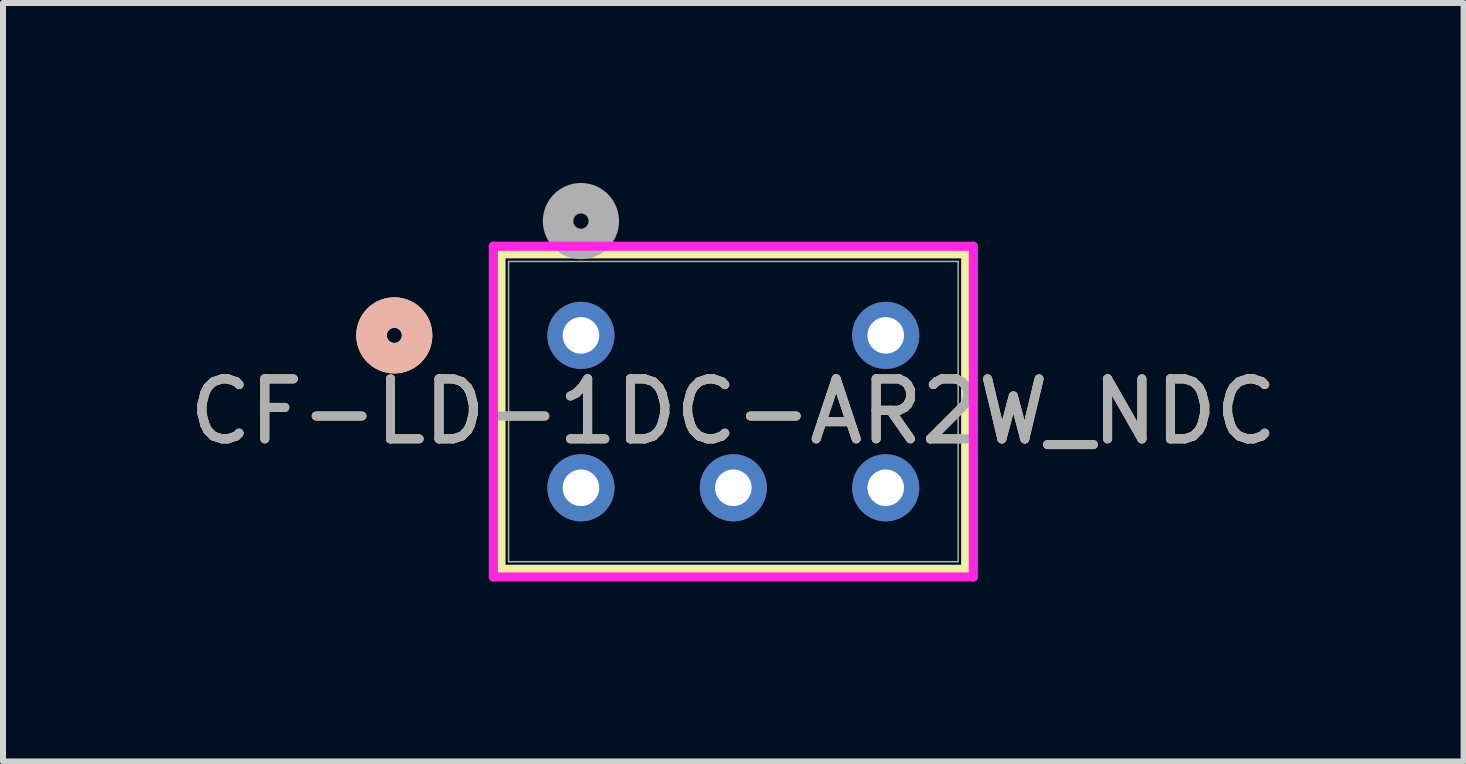
<source format=kicad_pcb>
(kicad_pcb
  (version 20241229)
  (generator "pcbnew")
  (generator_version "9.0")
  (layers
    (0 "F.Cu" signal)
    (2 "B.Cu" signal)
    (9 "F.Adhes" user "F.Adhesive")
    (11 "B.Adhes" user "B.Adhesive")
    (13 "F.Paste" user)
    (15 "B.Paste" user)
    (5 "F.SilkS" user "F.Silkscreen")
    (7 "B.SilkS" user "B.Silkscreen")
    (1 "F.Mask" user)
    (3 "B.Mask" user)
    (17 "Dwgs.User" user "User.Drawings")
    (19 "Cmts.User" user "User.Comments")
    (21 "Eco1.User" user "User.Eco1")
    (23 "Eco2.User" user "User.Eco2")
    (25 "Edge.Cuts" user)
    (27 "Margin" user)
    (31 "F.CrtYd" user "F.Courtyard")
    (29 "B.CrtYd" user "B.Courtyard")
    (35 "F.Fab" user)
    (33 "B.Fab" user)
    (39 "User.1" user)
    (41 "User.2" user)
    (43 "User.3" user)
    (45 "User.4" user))
  (footprint "CF-LD-1DC-AR2W_NDC"
    (layer "F.Cu")
    (at 6.633 2.54)
    (property "Reference" "CF-LD-1DC-AR2W_NDC" (at 2.54 1.27 0) (unlocked yes) (layer "F.SilkS") (effects (font (size 1 1) (thickness 0.15))))
    (attr through_hole)
    (fp_line (start -1.333 -1.359) (end -1.333 3.899) (stroke (width 0.152) (type solid)) (layer "F.SilkS"))
    (fp_line (start -1.333 3.899) (end 6.413 3.899) (stroke (width 0.152) (type solid)) (layer "F.SilkS"))
    (fp_line (start 6.413 -1.359) (end -1.333 -1.359) (stroke (width 0.152) (type solid)) (layer "F.SilkS"))
    (fp_line (start 6.413 3.899) (end 6.413 -1.359) (stroke (width 0.152) (type solid)) (layer "F.SilkS"))
    (fp_circle (center -3.111 0) (end -2.731 0) (stroke (width 0.508) (type solid)) (fill no) (layer "F.SilkS"))
    (fp_circle (center -3.111 0) (end -2.731 0) (stroke (width 0.508) (type solid)) (fill no) (layer "B.SilkS"))
    (fp_line (start -1.46 -1.486) (end -1.46 4.026) (stroke (width 0.152) (type solid)) (layer "F.CrtYd"))
    (fp_line (start -1.46 4.026) (end 6.54 4.026) (stroke (width 0.152) (type solid)) (layer "F.CrtYd"))
    (fp_line (start 6.54 -1.486) (end -1.46 -1.486) (stroke (width 0.152) (type solid)) (layer "F.CrtYd"))
    (fp_line (start 6.54 4.026) (end 6.54 -1.486) (stroke (width 0.152) (type solid)) (layer "F.CrtYd"))
    (fp_line (start -1.206 -1.232) (end -1.206 3.772) (stroke (width 0.025) (type solid)) (layer "F.Fab"))
    (fp_line (start -1.206 3.772) (end 6.287 3.772) (stroke (width 0.025) (type solid)) (layer "F.Fab"))
    (fp_line (start 6.287 -1.232) (end -1.206 -1.232) (stroke (width 0.025) (type solid)) (layer "F.Fab"))
    (fp_line (start 6.287 3.772) (end 6.287 -1.232) (stroke (width 0.025) (type solid)) (layer "F.Fab"))
    (fp_circle (center 0 -1.905) (end 0.381 -1.905) (stroke (width 0.508) (type solid)) (fill no) (layer "F.Fab"))
    (fp_text user "${REFERENCE}" (at 2.54 1.27 0) (unlocked yes) (layer "F.Fab") (effects (font (size 1 1) (thickness 0.15))))
    (pad "1" thru_hole circle (at 0 0) (size 1.118 1.118) (drill 0.61) (layers "*.Cu" "*.Mask"))
    (pad "3" thru_hole circle (at 5.08 0) (size 1.118 1.118) (drill 0.61) (layers "*.Cu" "*.Mask"))
    (pad "4" thru_hole circle (at 0 2.54) (size 1.118 1.118) (drill 0.61) (layers "*.Cu" "*.Mask"))
    (pad "5" thru_hole circle (at 2.54 2.54) (size 1.118 1.118) (drill 0.61) (layers "*.Cu" "*.Mask"))
    (pad "6" thru_hole circle (at 5.08 2.54) (size 1.118 1.118) (drill 0.61) (layers "*.Cu" "*.Mask")))
  (gr_rect
    (start -3 -3)
    (end 21.345 9.642)
    (stroke (width 0.1) (type default))
    (fill no)
    (layer "Edge.Cuts")))
</source>
